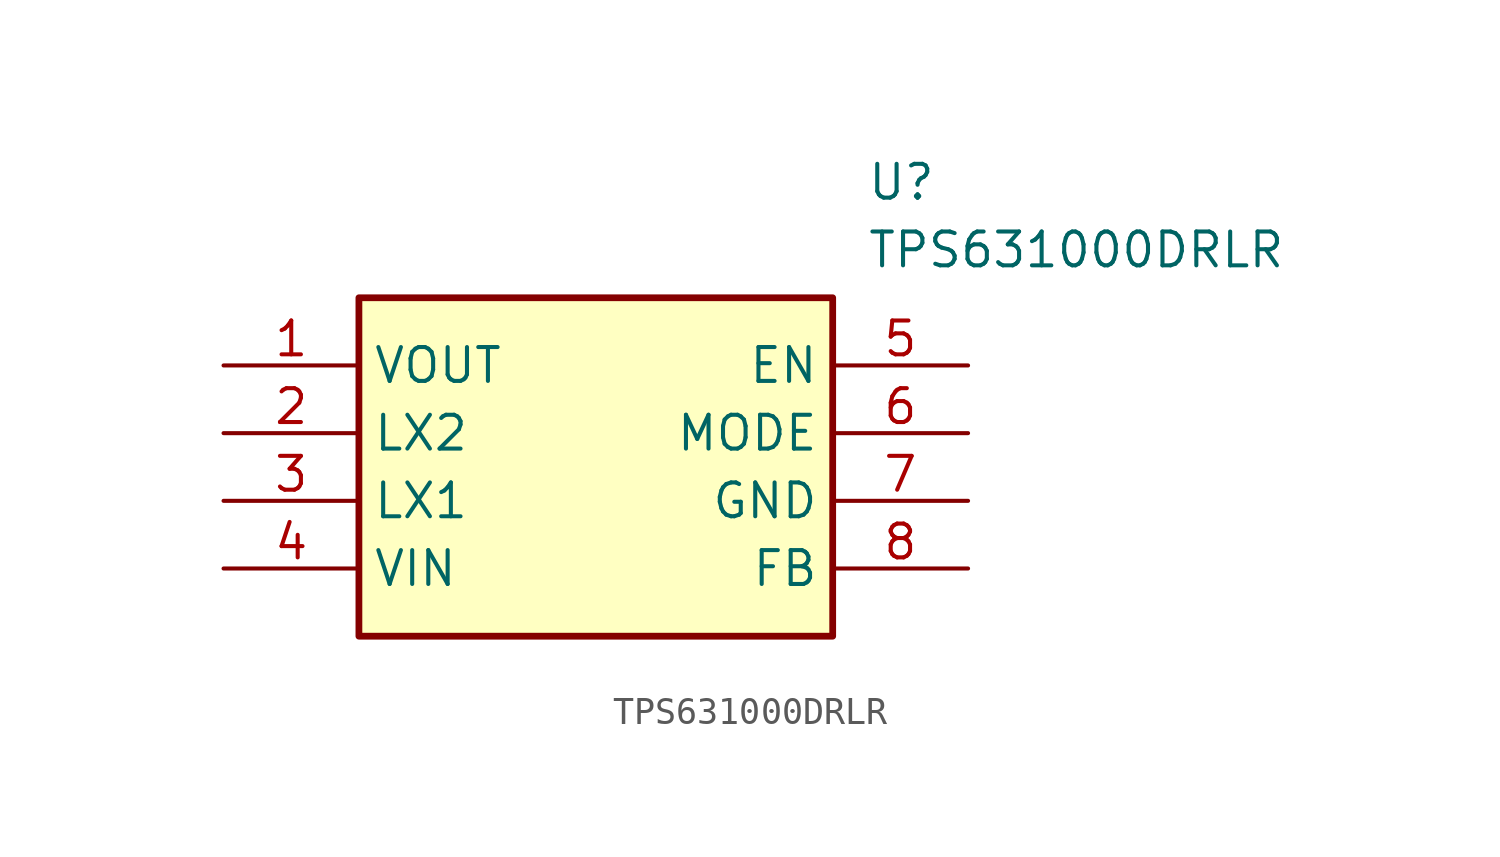
<source format=kicad_sym>
(kicad_symbol_lib
  (version 20211014)
  (generator SamacSys_ECAD_Model)
  (symbol "TPS631000DRLR"
    (property "Reference" "U"
      (at 24.13 7.62 0)
      (effects (font (size 1.27 1.27)) (justify left top)))
    (property "Value" "TPS631000DRLR"
      (at 24.13 5.08 0)
      (effects (font (size 1.27 1.27)) (justify left top)))
    (rectangle
      (start 5.08 2.54)
      (end 22.86 -10.16)
      (stroke (width 0.254) (type default))
      (fill (type background)))
    (pin passive line
      (at 0 0 0)
      (length 5.08)
      (name "VOUT" (effects (font (size 1.27 1.27))))
      (number "1" (effects (font (size 1.27 1.27)))))
    (pin passive line
      (at 0 -2.54 0)
      (length 5.08)
      (name "LX2" (effects (font (size 1.27 1.27))))
      (number "2" (effects (font (size 1.27 1.27)))))
    (pin passive line
      (at 0 -5.08 0)
      (length 5.08)
      (name "LX1" (effects (font (size 1.27 1.27))))
      (number "3" (effects (font (size 1.27 1.27)))))
    (pin passive line
      (at 0 -7.62 0)
      (length 5.08)
      (name "VIN" (effects (font (size 1.27 1.27))))
      (number "4" (effects (font (size 1.27 1.27)))))
    (pin passive line
      (at 27.94 0 180)
      (length 5.08)
      (name "EN" (effects (font (size 1.27 1.27))))
      (number "5" (effects (font (size 1.27 1.27)))))
    (pin passive line
      (at 27.94 -2.54 180)
      (length 5.08)
      (name "MODE" (effects (font (size 1.27 1.27))))
      (number "6" (effects (font (size 1.27 1.27)))))
    (pin passive line
      (at 27.94 -5.08 180)
      (length 5.08)
      (name "GND" (effects (font (size 1.27 1.27))))
      (number "7" (effects (font (size 1.27 1.27)))))
    (pin passive line
      (at 27.94 -7.62 180)
      (length 5.08)
      (name "FB" (effects (font (size 1.27 1.27))))
      (number "8" (effects (font (size 1.27 1.27)))))))
</source>
